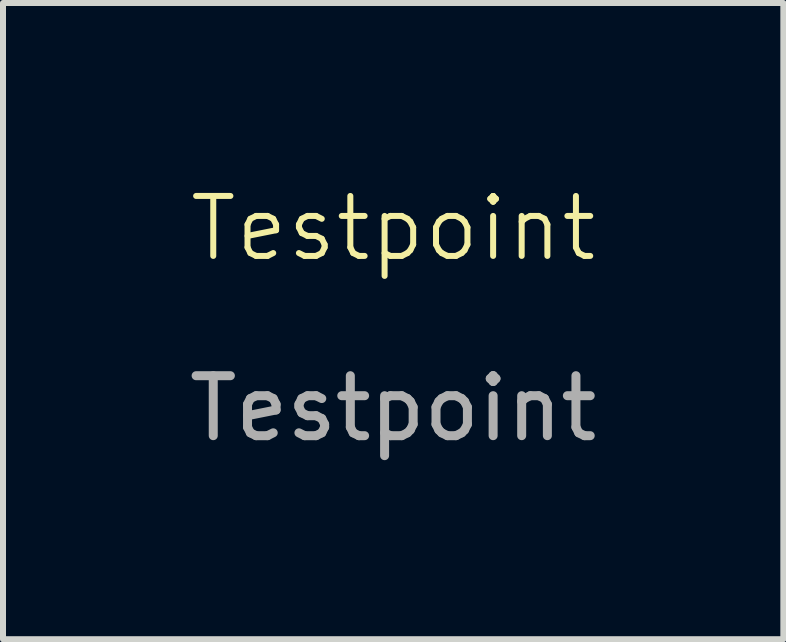
<source format=kicad_pcb>
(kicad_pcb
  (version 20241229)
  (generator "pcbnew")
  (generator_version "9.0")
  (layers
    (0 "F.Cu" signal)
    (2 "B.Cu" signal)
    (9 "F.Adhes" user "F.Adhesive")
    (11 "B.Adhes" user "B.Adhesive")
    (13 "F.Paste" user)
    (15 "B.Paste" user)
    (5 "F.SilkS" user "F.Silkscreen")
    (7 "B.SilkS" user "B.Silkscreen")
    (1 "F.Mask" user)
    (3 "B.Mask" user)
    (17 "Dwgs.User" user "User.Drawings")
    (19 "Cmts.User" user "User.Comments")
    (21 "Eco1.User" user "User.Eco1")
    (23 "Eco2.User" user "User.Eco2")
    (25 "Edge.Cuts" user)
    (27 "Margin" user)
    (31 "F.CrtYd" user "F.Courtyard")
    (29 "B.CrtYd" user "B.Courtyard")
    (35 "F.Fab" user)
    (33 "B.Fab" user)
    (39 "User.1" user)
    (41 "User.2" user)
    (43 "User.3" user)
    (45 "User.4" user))
  (footprint "Testpoint"
    (layer "F.Cu")
    (at 3.506 1.26)
    (property "Reference" "Testpoint" (at 0 -0.5 0) (unlocked yes) (layer "F.SilkS") (effects (font (size 1 1) (thickness 0.1))))
    (attr smd)
    (fp_text user "${REFERENCE}" (at 0 2.5 0) (unlocked yes) (layer "F.Fab") (effects (font (size 1 1) (thickness 0.15)))))
  (gr_rect
    (start -3 -3)
    (end 10.012 7.609)
    (stroke (width 0.1) (type default))
    (fill no)
    (layer "Edge.Cuts")))
</source>
